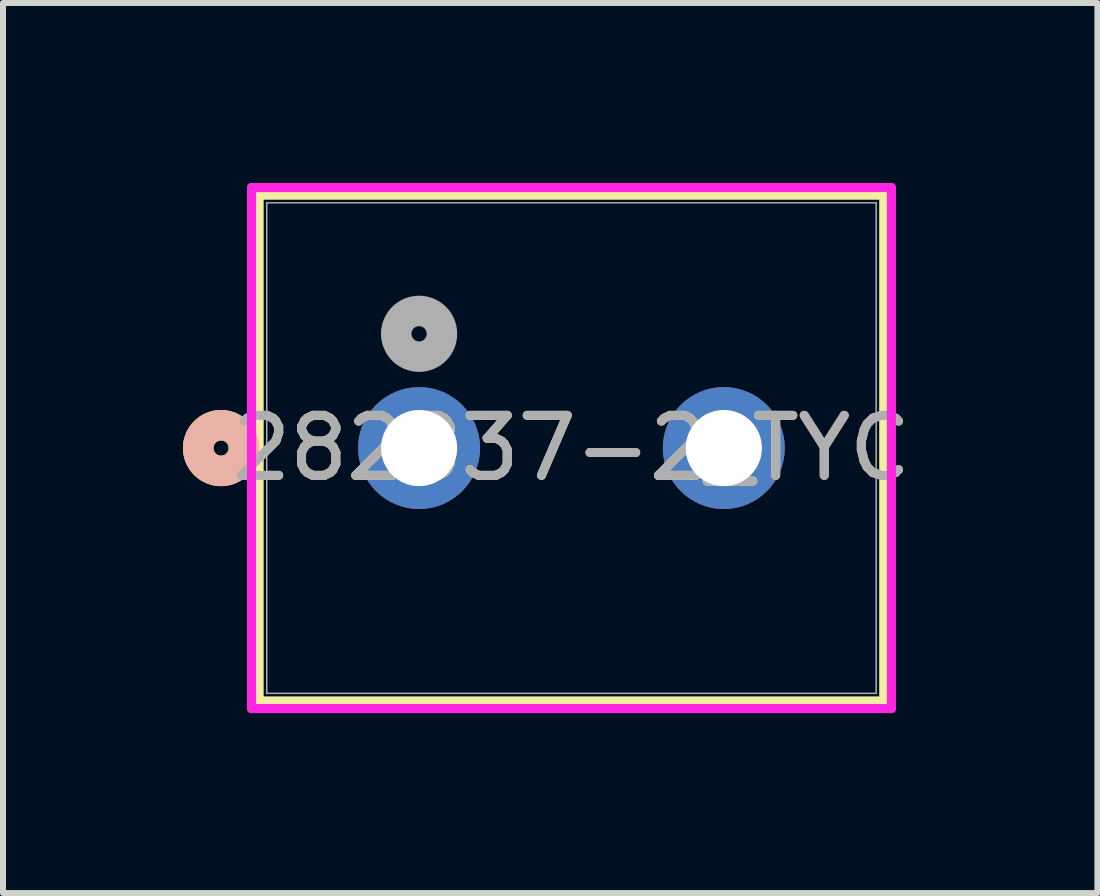
<source format=kicad_pcb>
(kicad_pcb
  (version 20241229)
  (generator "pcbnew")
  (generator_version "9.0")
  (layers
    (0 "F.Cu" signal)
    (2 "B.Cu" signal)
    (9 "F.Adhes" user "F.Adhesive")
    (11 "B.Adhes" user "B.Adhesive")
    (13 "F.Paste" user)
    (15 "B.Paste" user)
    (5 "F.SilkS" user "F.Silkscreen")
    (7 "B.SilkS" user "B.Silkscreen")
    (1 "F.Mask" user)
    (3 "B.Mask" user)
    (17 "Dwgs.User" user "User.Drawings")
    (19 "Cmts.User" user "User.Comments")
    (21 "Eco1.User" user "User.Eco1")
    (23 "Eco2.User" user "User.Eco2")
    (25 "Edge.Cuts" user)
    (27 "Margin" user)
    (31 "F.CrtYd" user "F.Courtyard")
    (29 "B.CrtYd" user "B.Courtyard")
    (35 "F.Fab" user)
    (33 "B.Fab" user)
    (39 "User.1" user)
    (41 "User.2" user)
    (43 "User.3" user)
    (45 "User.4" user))
  (footprint "282837-2_TYC"
    (layer "F.Cu")
    (at 3.937 4.42)
    (property "Reference" "282837-2_TYC" (at 2.54 0 0) (unlocked yes) (layer "F.SilkS") (effects (font (size 1 1) (thickness 0.15))))
    (attr through_hole)
    (fp_line (start -2.667 -4.216) (end -2.667 4.216) (stroke (width 0.152) (type solid)) (layer "F.SilkS"))
    (fp_line (start -2.667 4.216) (end 7.747 4.216) (stroke (width 0.152) (type solid)) (layer "F.SilkS"))
    (fp_line (start 7.747 -4.216) (end -2.667 -4.216) (stroke (width 0.152) (type solid)) (layer "F.SilkS"))
    (fp_line (start 7.747 4.216) (end 7.747 -4.216) (stroke (width 0.152) (type solid)) (layer "F.SilkS"))
    (fp_circle (center -3.302 0) (end -2.921 0) (stroke (width 0.508) (type solid)) (fill no) (layer "F.SilkS"))
    (fp_circle (center -3.302 0) (end -2.921 0) (stroke (width 0.508) (type solid)) (fill no) (layer "B.SilkS"))
    (fp_line (start -2.794 -4.343) (end -2.794 4.343) (stroke (width 0.152) (type solid)) (layer "F.CrtYd"))
    (fp_line (start -2.794 4.343) (end 7.874 4.343) (stroke (width 0.152) (type solid)) (layer "F.CrtYd"))
    (fp_line (start 7.874 -4.343) (end -2.794 -4.343) (stroke (width 0.152) (type solid)) (layer "F.CrtYd"))
    (fp_line (start 7.874 4.343) (end 7.874 -4.343) (stroke (width 0.152) (type solid)) (layer "F.CrtYd"))
    (fp_line (start -2.54 -4.089) (end -2.54 4.089) (stroke (width 0.025) (type solid)) (layer "F.Fab"))
    (fp_line (start -2.54 4.089) (end 7.62 4.089) (stroke (width 0.025) (type solid)) (layer "F.Fab"))
    (fp_line (start 7.62 -4.089) (end -2.54 -4.089) (stroke (width 0.025) (type solid)) (layer "F.Fab"))
    (fp_line (start 7.62 4.089) (end 7.62 -4.089) (stroke (width 0.025) (type solid)) (layer "F.Fab"))
    (fp_circle (center 0 -1.905) (end 0.381 -1.905) (stroke (width 0.508) (type solid)) (fill no) (layer "F.Fab"))
    (fp_text user "${REFERENCE}" (at 2.54 0 0) (unlocked yes) (layer "F.Fab") (effects (font (size 1 1) (thickness 0.15))))
    (pad "1" thru_hole circle (at 0 0) (size 2.032 2.032) (drill 1.27) (layers "*.Cu" "*.Mask"))
    (pad "2" thru_hole circle (at 5.08 0) (size 2.032 2.032) (drill 1.27) (layers "*.Cu" "*.Mask")))
  (gr_rect
    (start -3 -3)
    (end 15.245 11.839)
    (stroke (width 0.1) (type default))
    (fill no)
    (layer "Edge.Cuts")))
</source>
